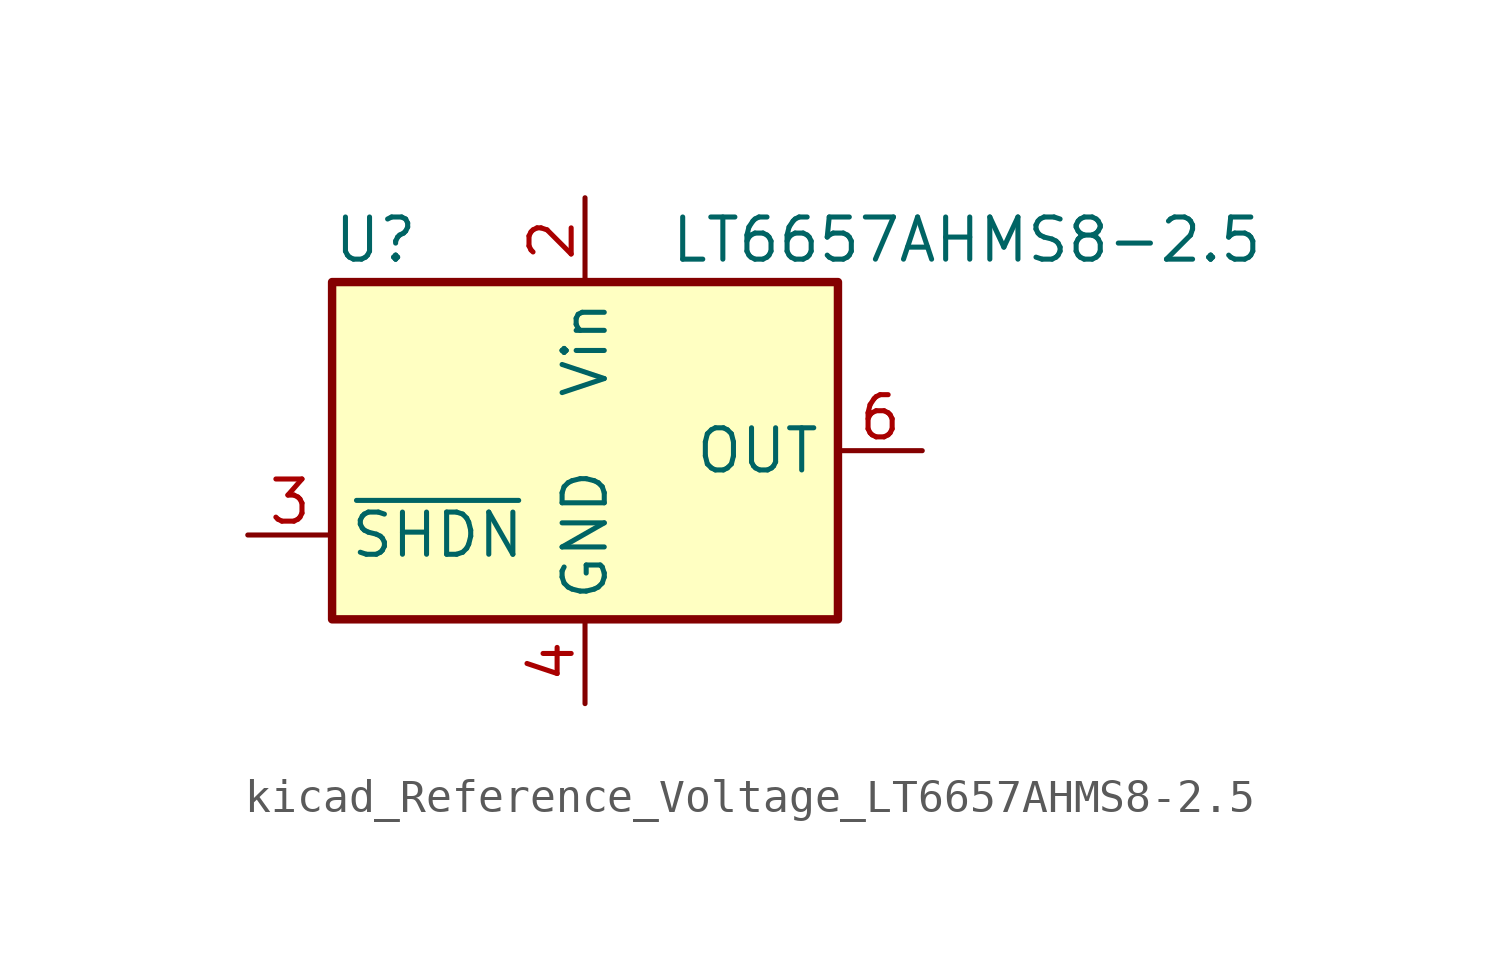
<source format=kicad_sym>
(kicad_symbol_lib
  (version 20220914)
  (generator kicad_symbol_editor)
  (symbol "kicad_Reference_Voltage_LT6657AHMS8-2.5"
    (property "Reference" "U"
      (at -7.62 6.35 0)
      (effects (font (size 1.27 1.27)) (justify left)))
    (property "Value" "LT6657AHMS8-2.5"
      (at 2.54 6.35 0)
      (effects (font (size 1.27 1.27)) (justify left)))
    (symbol "kicad_Reference_Voltage_LT6657AHMS8-2.5_0_1"
      (rectangle (start -7.62 5.08) (end 7.62 -5.08) (stroke (width 0.254) (type default)) (fill (type background))))
    (symbol "kicad_Reference_Voltage_LT6657AHMS8-2.5_1_1"
      (pin no_connect line (at 7.62 -2.54 180) (length 2.54) hide (name "DNC" (effects (font (size 1.27 1.27)))) (number "1" (effects (font (size 1.27 1.27)))))
      (pin power_in line (at 0 7.62 270) (length 2.54) (name "Vin" (effects (font (size 1.27 1.27)))) (number "2" (effects (font (size 1.27 1.27)))))
      (pin input line (at -10.16 -2.54 0) (length 2.54) (name "~{SHDN}" (effects (font (size 1.27 1.27)))) (number "3" (effects (font (size 1.27 1.27)))))
      (pin power_in line (at 0 -7.62 90) (length 2.54) (name "GND" (effects (font (size 1.27 1.27)))) (number "4" (effects (font (size 1.27 1.27)))))
      (pin no_connect line (at -7.62 0 0) (length 2.54) hide (name "DNC" (effects (font (size 1.27 1.27)))) (number "5" (effects (font (size 1.27 1.27)))))
      (pin power_out line (at 10.16 0 180) (length 2.54) (name "OUT" (effects (font (size 1.27 1.27)))) (number "6" (effects (font (size 1.27 1.27)))))
      (pin no_connect line (at -7.62 2.54 0) (length 2.54) hide (name "DNC" (effects (font (size 1.27 1.27)))) (number "7" (effects (font (size 1.27 1.27)))))
      (pin no_connect line (at 7.62 2.54 180) (length 2.54) hide (name "DNC" (effects (font (size 1.27 1.27)))) (number "8" (effects (font (size 1.27 1.27))))))))
</source>
